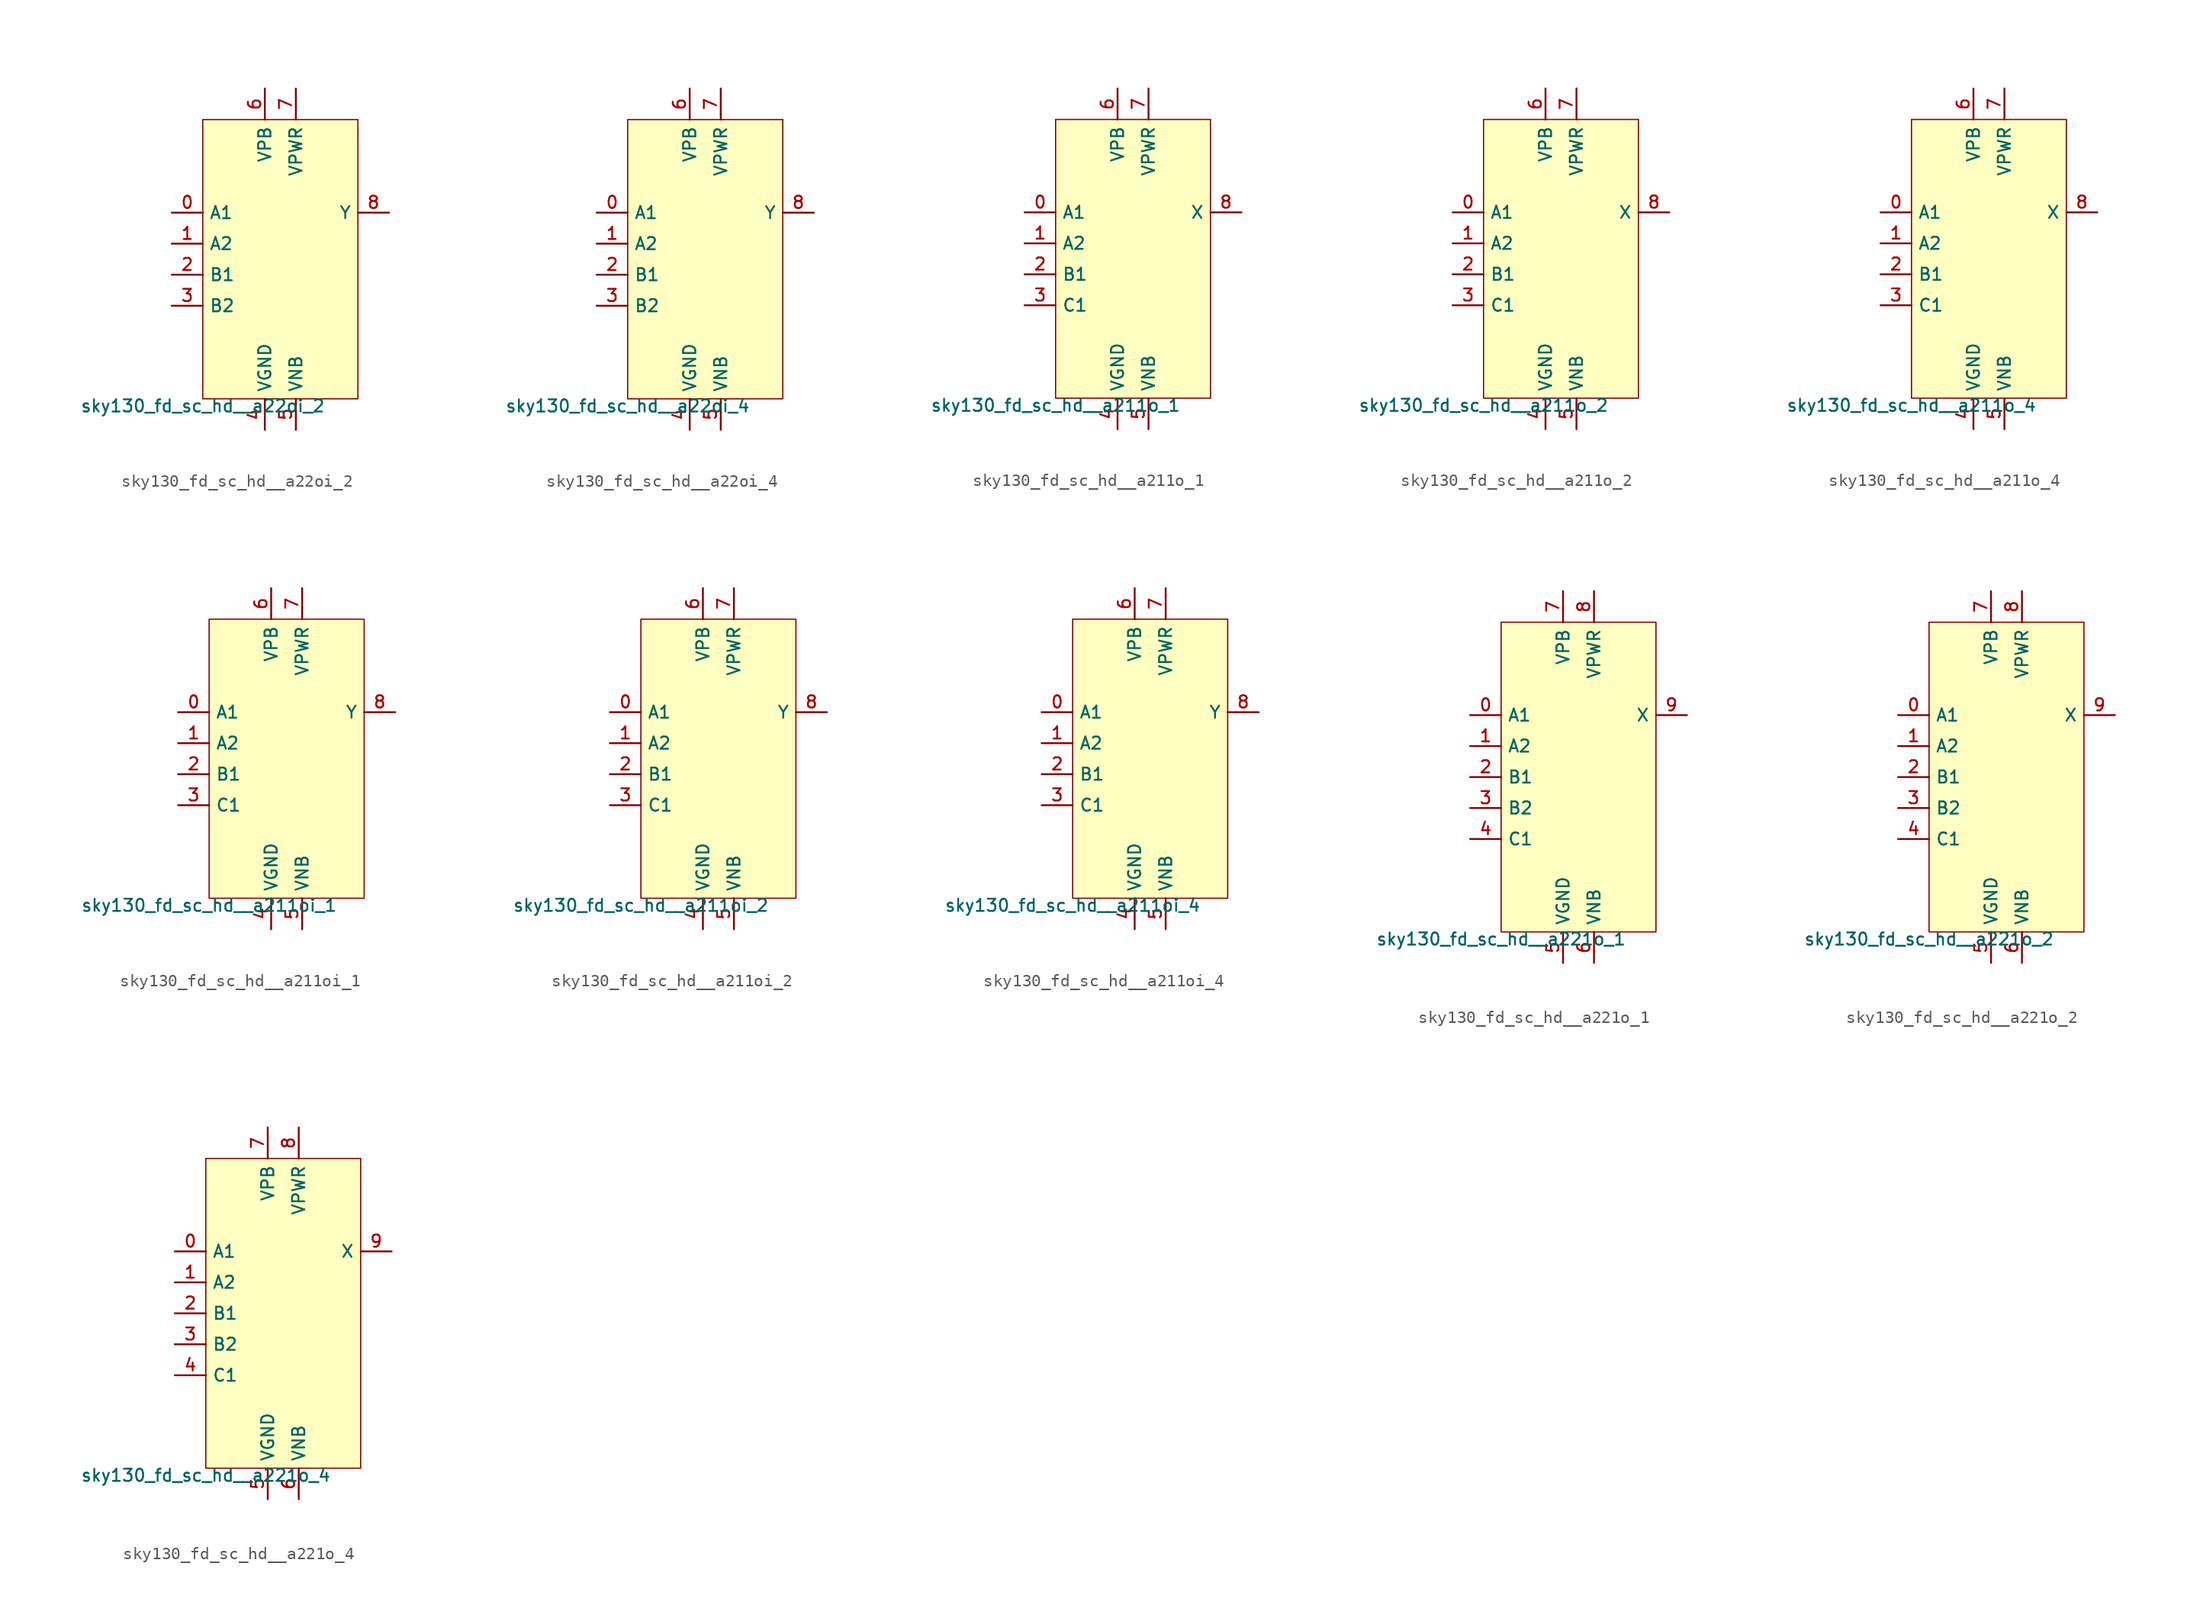
<source format=kicad_sym>
(kicad_symbol_lib
  (version 20211014)
  (generator lef2kicad_sym)
  (symbol "sky130_fd_sc_hd__a22oi_2"
    (property "Reference" "X"
      (at 0 0 0)
      (effects (font (size 1 1)) hide))
    (property "Value" "sky130_fd_sc_hd__a22oi_2"
      (at -6.35 -11.43 0)
      (effects (font (size 1 1)) (justify top)))
    (rectangle
      (start -6.35 -11.43)
      (end 6.35 11.43)
      (stroke (width 0.1) (type solid) (color 0 0 0 0))
      (fill (type background)))
    (pin input line
      (at -8.89 3.81 0)
      (length 2.54)
      (name "A1" (effects (font (size 1 1)) hide))
      (number "0" (effects (font (size 1 1)) hide)))
    (pin input line
      (at -8.89 1.27 0)
      (length 2.54)
      (name "A2" (effects (font (size 1 1)) hide))
      (number "1" (effects (font (size 1 1)) hide)))
    (pin input line
      (at -8.89 -1.27 0)
      (length 2.54)
      (name "B1" (effects (font (size 1 1)) hide))
      (number "2" (effects (font (size 1 1)) hide)))
    (pin input line
      (at -8.89 -3.81 0)
      (length 2.54)
      (name "B2" (effects (font (size 1 1)) hide))
      (number "3" (effects (font (size 1 1)) hide)))
    (pin power_in line
      (at -1.27 -13.97 90)
      (length 2.54)
      (name "VGND" (effects (font (size 1 1)) hide))
      (number "4" (effects (font (size 1 1)) hide)))
    (pin power_in line
      (at 1.27 -13.97 90)
      (length 2.54)
      (name "VNB" (effects (font (size 1 1)) hide))
      (number "5" (effects (font (size 1 1)) hide)))
    (pin power_in line
      (at -1.27 13.97 270)
      (length 2.54)
      (name "VPB" (effects (font (size 1 1)) hide))
      (number "6" (effects (font (size 1 1)) hide)))
    (pin power_in line
      (at 1.27 13.97 270)
      (length 2.54)
      (name "VPWR" (effects (font (size 1 1)) hide))
      (number "7" (effects (font (size 1 1)) hide)))
    (pin output line
      (at 8.89 3.81 180)
      (length 2.54)
      (name "Y" (effects (font (size 1 1)) hide))
      (number "8" (effects (font (size 1 1)) hide))))
  (symbol "sky130_fd_sc_hd__a22oi_4"
    (property "Reference" "X"
      (at 0 0 0)
      (effects (font (size 1 1)) hide))
    (property "Value" "sky130_fd_sc_hd__a22oi_4"
      (at -6.35 -11.43 0)
      (effects (font (size 1 1)) (justify top)))
    (rectangle
      (start -6.35 -11.43)
      (end 6.35 11.43)
      (stroke (width 0.1) (type solid) (color 0 0 0 0))
      (fill (type background)))
    (pin input line
      (at -8.89 3.81 0)
      (length 2.54)
      (name "A1" (effects (font (size 1 1)) hide))
      (number "0" (effects (font (size 1 1)) hide)))
    (pin input line
      (at -8.89 1.27 0)
      (length 2.54)
      (name "A2" (effects (font (size 1 1)) hide))
      (number "1" (effects (font (size 1 1)) hide)))
    (pin input line
      (at -8.89 -1.27 0)
      (length 2.54)
      (name "B1" (effects (font (size 1 1)) hide))
      (number "2" (effects (font (size 1 1)) hide)))
    (pin input line
      (at -8.89 -3.81 0)
      (length 2.54)
      (name "B2" (effects (font (size 1 1)) hide))
      (number "3" (effects (font (size 1 1)) hide)))
    (pin power_in line
      (at -1.27 -13.97 90)
      (length 2.54)
      (name "VGND" (effects (font (size 1 1)) hide))
      (number "4" (effects (font (size 1 1)) hide)))
    (pin power_in line
      (at 1.27 -13.97 90)
      (length 2.54)
      (name "VNB" (effects (font (size 1 1)) hide))
      (number "5" (effects (font (size 1 1)) hide)))
    (pin power_in line
      (at -1.27 13.97 270)
      (length 2.54)
      (name "VPB" (effects (font (size 1 1)) hide))
      (number "6" (effects (font (size 1 1)) hide)))
    (pin power_in line
      (at 1.27 13.97 270)
      (length 2.54)
      (name "VPWR" (effects (font (size 1 1)) hide))
      (number "7" (effects (font (size 1 1)) hide)))
    (pin output line
      (at 8.89 3.81 180)
      (length 2.54)
      (name "Y" (effects (font (size 1 1)) hide))
      (number "8" (effects (font (size 1 1)) hide))))
  (symbol "sky130_fd_sc_hd__a211o_1"
    (property "Reference" "X"
      (at 0 0 0)
      (effects (font (size 1 1)) hide))
    (property "Value" "sky130_fd_sc_hd__a211o_1"
      (at -6.35 -11.43 0)
      (effects (font (size 1 1)) (justify top)))
    (rectangle
      (start -6.35 -11.43)
      (end 6.35 11.43)
      (stroke (width 0.1) (type solid) (color 0 0 0 0))
      (fill (type background)))
    (pin input line
      (at -8.89 3.81 0)
      (length 2.54)
      (name "A1" (effects (font (size 1 1)) hide))
      (number "0" (effects (font (size 1 1)) hide)))
    (pin input line
      (at -8.89 1.27 0)
      (length 2.54)
      (name "A2" (effects (font (size 1 1)) hide))
      (number "1" (effects (font (size 1 1)) hide)))
    (pin input line
      (at -8.89 -1.27 0)
      (length 2.54)
      (name "B1" (effects (font (size 1 1)) hide))
      (number "2" (effects (font (size 1 1)) hide)))
    (pin input line
      (at -8.89 -3.81 0)
      (length 2.54)
      (name "C1" (effects (font (size 1 1)) hide))
      (number "3" (effects (font (size 1 1)) hide)))
    (pin power_in line
      (at -1.27 -13.97 90)
      (length 2.54)
      (name "VGND" (effects (font (size 1 1)) hide))
      (number "4" (effects (font (size 1 1)) hide)))
    (pin power_in line
      (at 1.27 -13.97 90)
      (length 2.54)
      (name "VNB" (effects (font (size 1 1)) hide))
      (number "5" (effects (font (size 1 1)) hide)))
    (pin power_in line
      (at -1.27 13.97 270)
      (length 2.54)
      (name "VPB" (effects (font (size 1 1)) hide))
      (number "6" (effects (font (size 1 1)) hide)))
    (pin power_in line
      (at 1.27 13.97 270)
      (length 2.54)
      (name "VPWR" (effects (font (size 1 1)) hide))
      (number "7" (effects (font (size 1 1)) hide)))
    (pin output line
      (at 8.89 3.81 180)
      (length 2.54)
      (name "X" (effects (font (size 1 1)) hide))
      (number "8" (effects (font (size 1 1)) hide))))
  (symbol "sky130_fd_sc_hd__a211o_2"
    (property "Reference" "X"
      (at 0 0 0)
      (effects (font (size 1 1)) hide))
    (property "Value" "sky130_fd_sc_hd__a211o_2"
      (at -6.35 -11.43 0)
      (effects (font (size 1 1)) (justify top)))
    (rectangle
      (start -6.35 -11.43)
      (end 6.35 11.43)
      (stroke (width 0.1) (type solid) (color 0 0 0 0))
      (fill (type background)))
    (pin input line
      (at -8.89 3.81 0)
      (length 2.54)
      (name "A1" (effects (font (size 1 1)) hide))
      (number "0" (effects (font (size 1 1)) hide)))
    (pin input line
      (at -8.89 1.27 0)
      (length 2.54)
      (name "A2" (effects (font (size 1 1)) hide))
      (number "1" (effects (font (size 1 1)) hide)))
    (pin input line
      (at -8.89 -1.27 0)
      (length 2.54)
      (name "B1" (effects (font (size 1 1)) hide))
      (number "2" (effects (font (size 1 1)) hide)))
    (pin input line
      (at -8.89 -3.81 0)
      (length 2.54)
      (name "C1" (effects (font (size 1 1)) hide))
      (number "3" (effects (font (size 1 1)) hide)))
    (pin power_in line
      (at -1.27 -13.97 90)
      (length 2.54)
      (name "VGND" (effects (font (size 1 1)) hide))
      (number "4" (effects (font (size 1 1)) hide)))
    (pin power_in line
      (at 1.27 -13.97 90)
      (length 2.54)
      (name "VNB" (effects (font (size 1 1)) hide))
      (number "5" (effects (font (size 1 1)) hide)))
    (pin power_in line
      (at -1.27 13.97 270)
      (length 2.54)
      (name "VPB" (effects (font (size 1 1)) hide))
      (number "6" (effects (font (size 1 1)) hide)))
    (pin power_in line
      (at 1.27 13.97 270)
      (length 2.54)
      (name "VPWR" (effects (font (size 1 1)) hide))
      (number "7" (effects (font (size 1 1)) hide)))
    (pin output line
      (at 8.89 3.81 180)
      (length 2.54)
      (name "X" (effects (font (size 1 1)) hide))
      (number "8" (effects (font (size 1 1)) hide))))
  (symbol "sky130_fd_sc_hd__a211o_4"
    (property "Reference" "X"
      (at 0 0 0)
      (effects (font (size 1 1)) hide))
    (property "Value" "sky130_fd_sc_hd__a211o_4"
      (at -6.35 -11.43 0)
      (effects (font (size 1 1)) (justify top)))
    (rectangle
      (start -6.35 -11.43)
      (end 6.35 11.43)
      (stroke (width 0.1) (type solid) (color 0 0 0 0))
      (fill (type background)))
    (pin input line
      (at -8.89 3.81 0)
      (length 2.54)
      (name "A1" (effects (font (size 1 1)) hide))
      (number "0" (effects (font (size 1 1)) hide)))
    (pin input line
      (at -8.89 1.27 0)
      (length 2.54)
      (name "A2" (effects (font (size 1 1)) hide))
      (number "1" (effects (font (size 1 1)) hide)))
    (pin input line
      (at -8.89 -1.27 0)
      (length 2.54)
      (name "B1" (effects (font (size 1 1)) hide))
      (number "2" (effects (font (size 1 1)) hide)))
    (pin input line
      (at -8.89 -3.81 0)
      (length 2.54)
      (name "C1" (effects (font (size 1 1)) hide))
      (number "3" (effects (font (size 1 1)) hide)))
    (pin power_in line
      (at -1.27 -13.97 90)
      (length 2.54)
      (name "VGND" (effects (font (size 1 1)) hide))
      (number "4" (effects (font (size 1 1)) hide)))
    (pin power_in line
      (at 1.27 -13.97 90)
      (length 2.54)
      (name "VNB" (effects (font (size 1 1)) hide))
      (number "5" (effects (font (size 1 1)) hide)))
    (pin power_in line
      (at -1.27 13.97 270)
      (length 2.54)
      (name "VPB" (effects (font (size 1 1)) hide))
      (number "6" (effects (font (size 1 1)) hide)))
    (pin power_in line
      (at 1.27 13.97 270)
      (length 2.54)
      (name "VPWR" (effects (font (size 1 1)) hide))
      (number "7" (effects (font (size 1 1)) hide)))
    (pin output line
      (at 8.89 3.81 180)
      (length 2.54)
      (name "X" (effects (font (size 1 1)) hide))
      (number "8" (effects (font (size 1 1)) hide))))
  (symbol "sky130_fd_sc_hd__a211oi_1"
    (property "Reference" "X"
      (at 0 0 0)
      (effects (font (size 1 1)) hide))
    (property "Value" "sky130_fd_sc_hd__a211oi_1"
      (at -6.35 -11.43 0)
      (effects (font (size 1 1)) (justify top)))
    (rectangle
      (start -6.35 -11.43)
      (end 6.35 11.43)
      (stroke (width 0.1) (type solid) (color 0 0 0 0))
      (fill (type background)))
    (pin input line
      (at -8.89 3.81 0)
      (length 2.54)
      (name "A1" (effects (font (size 1 1)) hide))
      (number "0" (effects (font (size 1 1)) hide)))
    (pin input line
      (at -8.89 1.27 0)
      (length 2.54)
      (name "A2" (effects (font (size 1 1)) hide))
      (number "1" (effects (font (size 1 1)) hide)))
    (pin input line
      (at -8.89 -1.27 0)
      (length 2.54)
      (name "B1" (effects (font (size 1 1)) hide))
      (number "2" (effects (font (size 1 1)) hide)))
    (pin input line
      (at -8.89 -3.81 0)
      (length 2.54)
      (name "C1" (effects (font (size 1 1)) hide))
      (number "3" (effects (font (size 1 1)) hide)))
    (pin power_in line
      (at -1.27 -13.97 90)
      (length 2.54)
      (name "VGND" (effects (font (size 1 1)) hide))
      (number "4" (effects (font (size 1 1)) hide)))
    (pin power_in line
      (at 1.27 -13.97 90)
      (length 2.54)
      (name "VNB" (effects (font (size 1 1)) hide))
      (number "5" (effects (font (size 1 1)) hide)))
    (pin power_in line
      (at -1.27 13.97 270)
      (length 2.54)
      (name "VPB" (effects (font (size 1 1)) hide))
      (number "6" (effects (font (size 1 1)) hide)))
    (pin power_in line
      (at 1.27 13.97 270)
      (length 2.54)
      (name "VPWR" (effects (font (size 1 1)) hide))
      (number "7" (effects (font (size 1 1)) hide)))
    (pin output line
      (at 8.89 3.81 180)
      (length 2.54)
      (name "Y" (effects (font (size 1 1)) hide))
      (number "8" (effects (font (size 1 1)) hide))))
  (symbol "sky130_fd_sc_hd__a211oi_2"
    (property "Reference" "X"
      (at 0 0 0)
      (effects (font (size 1 1)) hide))
    (property "Value" "sky130_fd_sc_hd__a211oi_2"
      (at -6.35 -11.43 0)
      (effects (font (size 1 1)) (justify top)))
    (rectangle
      (start -6.35 -11.43)
      (end 6.35 11.43)
      (stroke (width 0.1) (type solid) (color 0 0 0 0))
      (fill (type background)))
    (pin input line
      (at -8.89 3.81 0)
      (length 2.54)
      (name "A1" (effects (font (size 1 1)) hide))
      (number "0" (effects (font (size 1 1)) hide)))
    (pin input line
      (at -8.89 1.27 0)
      (length 2.54)
      (name "A2" (effects (font (size 1 1)) hide))
      (number "1" (effects (font (size 1 1)) hide)))
    (pin input line
      (at -8.89 -1.27 0)
      (length 2.54)
      (name "B1" (effects (font (size 1 1)) hide))
      (number "2" (effects (font (size 1 1)) hide)))
    (pin input line
      (at -8.89 -3.81 0)
      (length 2.54)
      (name "C1" (effects (font (size 1 1)) hide))
      (number "3" (effects (font (size 1 1)) hide)))
    (pin power_in line
      (at -1.27 -13.97 90)
      (length 2.54)
      (name "VGND" (effects (font (size 1 1)) hide))
      (number "4" (effects (font (size 1 1)) hide)))
    (pin power_in line
      (at 1.27 -13.97 90)
      (length 2.54)
      (name "VNB" (effects (font (size 1 1)) hide))
      (number "5" (effects (font (size 1 1)) hide)))
    (pin power_in line
      (at -1.27 13.97 270)
      (length 2.54)
      (name "VPB" (effects (font (size 1 1)) hide))
      (number "6" (effects (font (size 1 1)) hide)))
    (pin power_in line
      (at 1.27 13.97 270)
      (length 2.54)
      (name "VPWR" (effects (font (size 1 1)) hide))
      (number "7" (effects (font (size 1 1)) hide)))
    (pin output line
      (at 8.89 3.81 180)
      (length 2.54)
      (name "Y" (effects (font (size 1 1)) hide))
      (number "8" (effects (font (size 1 1)) hide))))
  (symbol "sky130_fd_sc_hd__a211oi_4"
    (property "Reference" "X"
      (at 0 0 0)
      (effects (font (size 1 1)) hide))
    (property "Value" "sky130_fd_sc_hd__a211oi_4"
      (at -6.35 -11.43 0)
      (effects (font (size 1 1)) (justify top)))
    (rectangle
      (start -6.35 -11.43)
      (end 6.35 11.43)
      (stroke (width 0.1) (type solid) (color 0 0 0 0))
      (fill (type background)))
    (pin input line
      (at -8.89 3.81 0)
      (length 2.54)
      (name "A1" (effects (font (size 1 1)) hide))
      (number "0" (effects (font (size 1 1)) hide)))
    (pin input line
      (at -8.89 1.27 0)
      (length 2.54)
      (name "A2" (effects (font (size 1 1)) hide))
      (number "1" (effects (font (size 1 1)) hide)))
    (pin input line
      (at -8.89 -1.27 0)
      (length 2.54)
      (name "B1" (effects (font (size 1 1)) hide))
      (number "2" (effects (font (size 1 1)) hide)))
    (pin input line
      (at -8.89 -3.81 0)
      (length 2.54)
      (name "C1" (effects (font (size 1 1)) hide))
      (number "3" (effects (font (size 1 1)) hide)))
    (pin power_in line
      (at -1.27 -13.97 90)
      (length 2.54)
      (name "VGND" (effects (font (size 1 1)) hide))
      (number "4" (effects (font (size 1 1)) hide)))
    (pin power_in line
      (at 1.27 -13.97 90)
      (length 2.54)
      (name "VNB" (effects (font (size 1 1)) hide))
      (number "5" (effects (font (size 1 1)) hide)))
    (pin power_in line
      (at -1.27 13.97 270)
      (length 2.54)
      (name "VPB" (effects (font (size 1 1)) hide))
      (number "6" (effects (font (size 1 1)) hide)))
    (pin power_in line
      (at 1.27 13.97 270)
      (length 2.54)
      (name "VPWR" (effects (font (size 1 1)) hide))
      (number "7" (effects (font (size 1 1)) hide)))
    (pin output line
      (at 8.89 3.81 180)
      (length 2.54)
      (name "Y" (effects (font (size 1 1)) hide))
      (number "8" (effects (font (size 1 1)) hide))))
  (symbol "sky130_fd_sc_hd__a221o_1"
    (property "Reference" "X"
      (at 0 0 0)
      (effects (font (size 1 1)) hide))
    (property "Value" "sky130_fd_sc_hd__a221o_1"
      (at -6.35 -12.7 0)
      (effects (font (size 1 1)) (justify top)))
    (rectangle
      (start -6.35 -12.7)
      (end 6.35 12.7)
      (stroke (width 0.1) (type solid) (color 0 0 0 0))
      (fill (type background)))
    (pin input line
      (at -8.89 5.08 0)
      (length 2.54)
      (name "A1" (effects (font (size 1 1)) hide))
      (number "0" (effects (font (size 1 1)) hide)))
    (pin input line
      (at -8.89 2.54 0)
      (length 2.54)
      (name "A2" (effects (font (size 1 1)) hide))
      (number "1" (effects (font (size 1 1)) hide)))
    (pin input line
      (at -8.89 -8.881784197001252e-16 0)
      (length 2.54)
      (name "B1" (effects (font (size 1 1)) hide))
      (number "2" (effects (font (size 1 1)) hide)))
    (pin input line
      (at -8.89 -2.54 0)
      (length 2.54)
      (name "B2" (effects (font (size 1 1)) hide))
      (number "3" (effects (font (size 1 1)) hide)))
    (pin input line
      (at -8.89 -5.08 0)
      (length 2.54)
      (name "C1" (effects (font (size 1 1)) hide))
      (number "4" (effects (font (size 1 1)) hide)))
    (pin power_in line
      (at -1.27 -15.24 90)
      (length 2.54)
      (name "VGND" (effects (font (size 1 1)) hide))
      (number "5" (effects (font (size 1 1)) hide)))
    (pin power_in line
      (at 1.27 -15.24 90)
      (length 2.54)
      (name "VNB" (effects (font (size 1 1)) hide))
      (number "6" (effects (font (size 1 1)) hide)))
    (pin power_in line
      (at -1.27 15.24 270)
      (length 2.54)
      (name "VPB" (effects (font (size 1 1)) hide))
      (number "7" (effects (font (size 1 1)) hide)))
    (pin power_in line
      (at 1.27 15.24 270)
      (length 2.54)
      (name "VPWR" (effects (font (size 1 1)) hide))
      (number "8" (effects (font (size 1 1)) hide)))
    (pin output line
      (at 8.89 5.08 180)
      (length 2.54)
      (name "X" (effects (font (size 1 1)) hide))
      (number "9" (effects (font (size 1 1)) hide))))
  (symbol "sky130_fd_sc_hd__a221o_2"
    (property "Reference" "X"
      (at 0 0 0)
      (effects (font (size 1 1)) hide))
    (property "Value" "sky130_fd_sc_hd__a221o_2"
      (at -6.35 -12.7 0)
      (effects (font (size 1 1)) (justify top)))
    (rectangle
      (start -6.35 -12.7)
      (end 6.35 12.7)
      (stroke (width 0.1) (type solid) (color 0 0 0 0))
      (fill (type background)))
    (pin input line
      (at -8.89 5.08 0)
      (length 2.54)
      (name "A1" (effects (font (size 1 1)) hide))
      (number "0" (effects (font (size 1 1)) hide)))
    (pin input line
      (at -8.89 2.54 0)
      (length 2.54)
      (name "A2" (effects (font (size 1 1)) hide))
      (number "1" (effects (font (size 1 1)) hide)))
    (pin input line
      (at -8.89 -8.881784197001252e-16 0)
      (length 2.54)
      (name "B1" (effects (font (size 1 1)) hide))
      (number "2" (effects (font (size 1 1)) hide)))
    (pin input line
      (at -8.89 -2.54 0)
      (length 2.54)
      (name "B2" (effects (font (size 1 1)) hide))
      (number "3" (effects (font (size 1 1)) hide)))
    (pin input line
      (at -8.89 -5.08 0)
      (length 2.54)
      (name "C1" (effects (font (size 1 1)) hide))
      (number "4" (effects (font (size 1 1)) hide)))
    (pin power_in line
      (at -1.27 -15.24 90)
      (length 2.54)
      (name "VGND" (effects (font (size 1 1)) hide))
      (number "5" (effects (font (size 1 1)) hide)))
    (pin power_in line
      (at 1.27 -15.24 90)
      (length 2.54)
      (name "VNB" (effects (font (size 1 1)) hide))
      (number "6" (effects (font (size 1 1)) hide)))
    (pin power_in line
      (at -1.27 15.24 270)
      (length 2.54)
      (name "VPB" (effects (font (size 1 1)) hide))
      (number "7" (effects (font (size 1 1)) hide)))
    (pin power_in line
      (at 1.27 15.24 270)
      (length 2.54)
      (name "VPWR" (effects (font (size 1 1)) hide))
      (number "8" (effects (font (size 1 1)) hide)))
    (pin output line
      (at 8.89 5.08 180)
      (length 2.54)
      (name "X" (effects (font (size 1 1)) hide))
      (number "9" (effects (font (size 1 1)) hide))))
  (symbol "sky130_fd_sc_hd__a221o_4"
    (property "Reference" "X"
      (at 0 0 0)
      (effects (font (size 1 1)) hide))
    (property "Value" "sky130_fd_sc_hd__a221o_4"
      (at -6.35 -12.7 0)
      (effects (font (size 1 1)) (justify top)))
    (rectangle
      (start -6.35 -12.7)
      (end 6.35 12.7)
      (stroke (width 0.1) (type solid) (color 0 0 0 0))
      (fill (type background)))
    (pin input line
      (at -8.89 5.08 0)
      (length 2.54)
      (name "A1" (effects (font (size 1 1)) hide))
      (number "0" (effects (font (size 1 1)) hide)))
    (pin input line
      (at -8.89 2.54 0)
      (length 2.54)
      (name "A2" (effects (font (size 1 1)) hide))
      (number "1" (effects (font (size 1 1)) hide)))
    (pin input line
      (at -8.89 -8.881784197001252e-16 0)
      (length 2.54)
      (name "B1" (effects (font (size 1 1)) hide))
      (number "2" (effects (font (size 1 1)) hide)))
    (pin input line
      (at -8.89 -2.54 0)
      (length 2.54)
      (name "B2" (effects (font (size 1 1)) hide))
      (number "3" (effects (font (size 1 1)) hide)))
    (pin input line
      (at -8.89 -5.08 0)
      (length 2.54)
      (name "C1" (effects (font (size 1 1)) hide))
      (number "4" (effects (font (size 1 1)) hide)))
    (pin power_in line
      (at -1.27 -15.24 90)
      (length 2.54)
      (name "VGND" (effects (font (size 1 1)) hide))
      (number "5" (effects (font (size 1 1)) hide)))
    (pin power_in line
      (at 1.27 -15.24 90)
      (length 2.54)
      (name "VNB" (effects (font (size 1 1)) hide))
      (number "6" (effects (font (size 1 1)) hide)))
    (pin power_in line
      (at -1.27 15.24 270)
      (length 2.54)
      (name "VPB" (effects (font (size 1 1)) hide))
      (number "7" (effects (font (size 1 1)) hide)))
    (pin power_in line
      (at 1.27 15.24 270)
      (length 2.54)
      (name "VPWR" (effects (font (size 1 1)) hide))
      (number "8" (effects (font (size 1 1)) hide)))
    (pin output line
      (at 8.89 5.08 180)
      (length 2.54)
      (name "X" (effects (font (size 1 1)) hide))
      (number "9" (effects (font (size 1 1)) hide)))))
</source>
